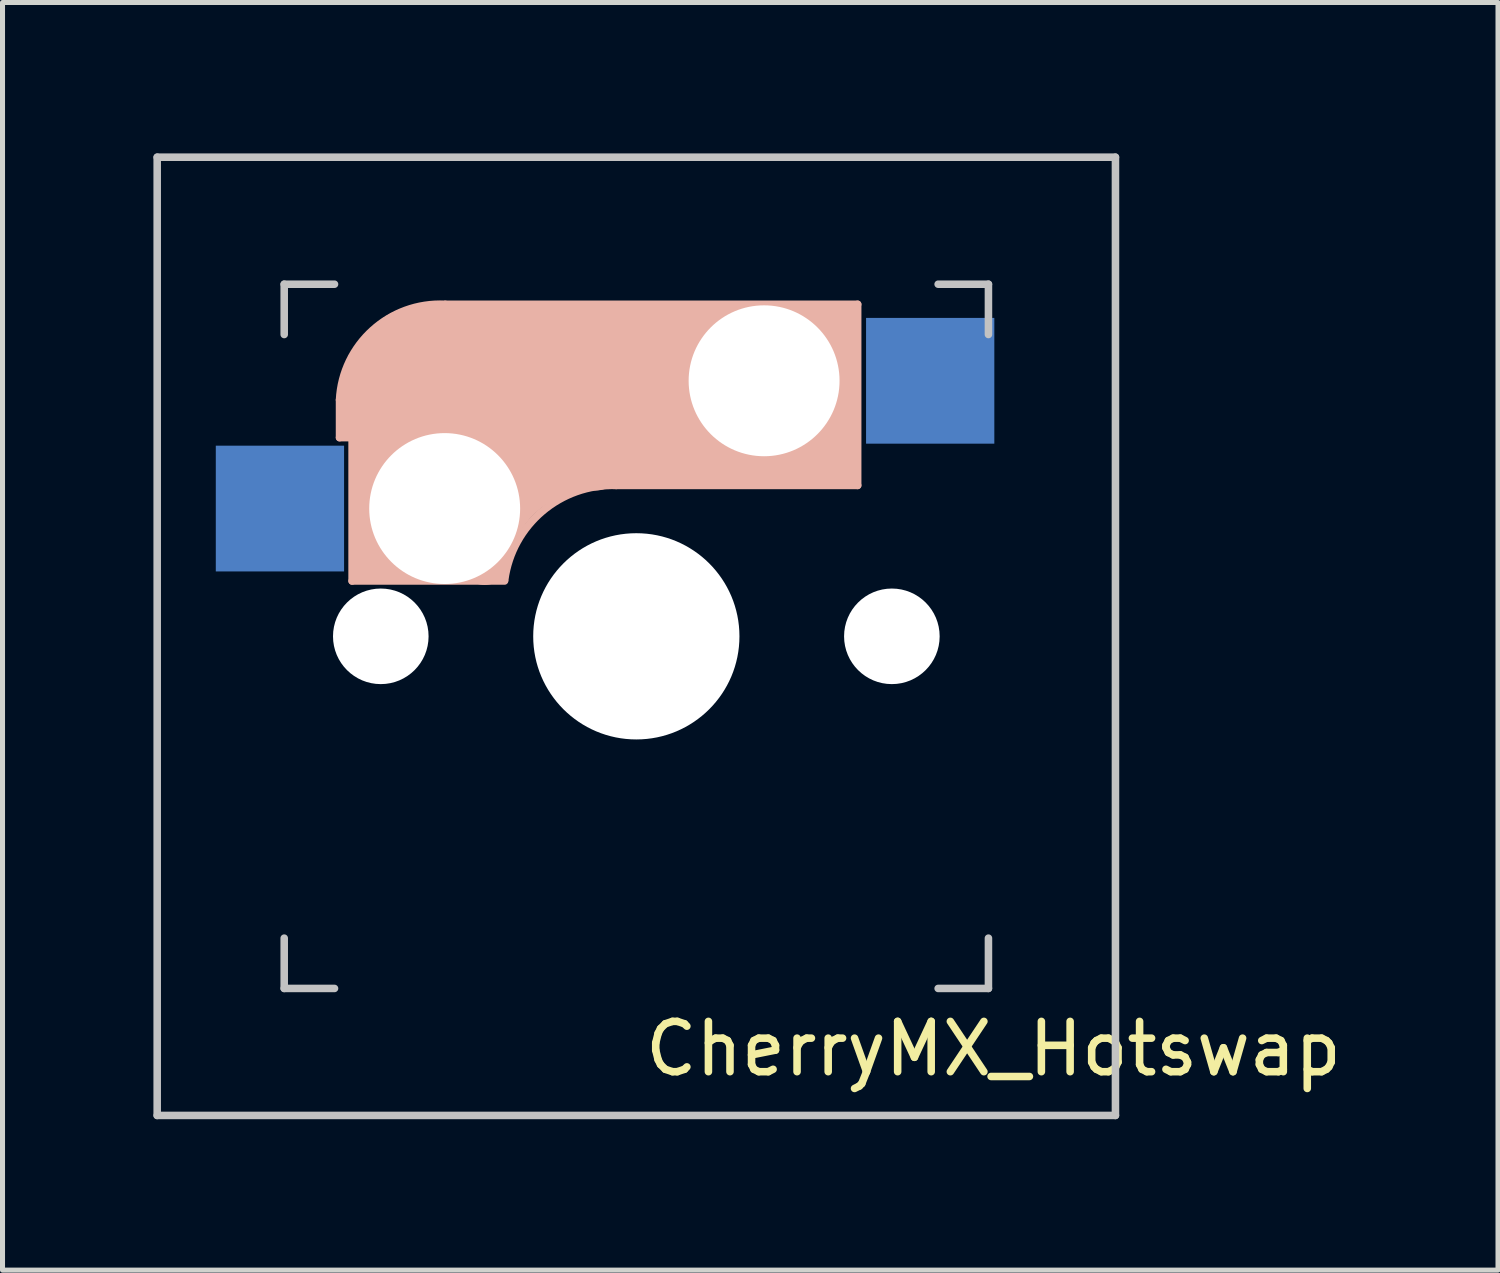
<source format=kicad_pcb>
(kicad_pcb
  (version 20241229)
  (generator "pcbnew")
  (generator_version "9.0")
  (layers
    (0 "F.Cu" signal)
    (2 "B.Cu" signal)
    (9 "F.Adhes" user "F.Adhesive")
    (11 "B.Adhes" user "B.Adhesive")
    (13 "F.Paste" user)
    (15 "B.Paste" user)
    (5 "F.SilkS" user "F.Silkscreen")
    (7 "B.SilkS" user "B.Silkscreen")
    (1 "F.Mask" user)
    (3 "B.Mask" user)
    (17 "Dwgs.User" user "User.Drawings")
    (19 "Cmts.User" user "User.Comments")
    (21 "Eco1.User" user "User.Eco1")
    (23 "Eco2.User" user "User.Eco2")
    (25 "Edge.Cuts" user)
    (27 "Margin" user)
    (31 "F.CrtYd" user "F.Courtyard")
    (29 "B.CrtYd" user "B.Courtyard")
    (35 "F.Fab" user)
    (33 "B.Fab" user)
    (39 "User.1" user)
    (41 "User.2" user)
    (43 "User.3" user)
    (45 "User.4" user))
  (footprint "CherryMX_Hotswap"
    (layer "F.Cu")
    (at 9.6 9.6)
    (property "Reference" "CherryMX_Hotswap" (at 7.1 8.2 0) (layer "F.SilkS") (effects (font (size 1 1) (thickness 0.15))))
    (attr through_hole)
    (fp_line (start -5.9 -4.7) (end -5.9 -3.95) (stroke (width 0.15) (type solid)) (layer "B.SilkS"))
    (fp_line (start -5.9 -3.95) (end -5.7 -3.95) (stroke (width 0.15) (type solid)) (layer "B.SilkS"))
    (fp_line (start -5.8 -4.05) (end -5.8 -4.7) (stroke (width 0.3) (type solid)) (layer "B.SilkS"))
    (fp_line (start -5.65 -5.55) (end -5.65 -1.1) (stroke (width 0.15) (type solid)) (layer "B.SilkS"))
    (fp_line (start -5.65 -1.1) (end -2.62 -1.1) (stroke (width 0.15) (type solid)) (layer "B.SilkS"))
    (fp_line (start -5.45 -1.3) (end -3 -1.3) (stroke (width 0.5) (type solid)) (layer "B.SilkS"))
    (fp_line (start -5.3 -1.6) (end -5.3 -3.4) (stroke (width 0.8) (type solid)) (layer "B.SilkS"))
    (fp_line (start -4.17 -5.1) (end -4.17 -2.86) (stroke (width 3) (type solid)) (layer "B.SilkS"))
    (fp_line (start -0.4 -3) (end 4.4 -3) (stroke (width 0.15) (type solid)) (layer "B.SilkS"))
    (fp_line (start 2.6 -4.8) (end -4.1 -4.8) (stroke (width 3.5) (type solid)) (layer "B.SilkS"))
    (fp_line (start 3.9 -6) (end 3.9 -3.5) (stroke (width 1) (type solid)) (layer "B.SilkS"))
    (fp_line (start 4.2 -3.25) (end 2.9 -3.3) (stroke (width 0.5) (type solid)) (layer "B.SilkS"))
    (fp_line (start 4.25 -6.4) (end 3 -6.4) (stroke (width 0.4) (type solid)) (layer "B.SilkS"))
    (fp_line (start 4.38 -4) (end 4.38 -6.25) (stroke (width 0.15) (type solid)) (layer "B.SilkS"))
    (fp_line (start 4.4 -6.6) (end -3.8 -6.6) (stroke (width 0.15) (type solid)) (layer "B.SilkS"))
    (fp_line (start 4.4 -3) (end 4.4 -6.6) (stroke (width 0.15) (type solid)) (layer "B.SilkS"))
    (fp_arc (start -5.9 -4.699999) (mid -5.243504 -6.084924) (end -3.800001 -6.6) (stroke (width 0.15) (type solid)) (layer "B.SilkS"))
    (fp_arc (start -3.016318 -1.521471) (mid -2.268709 -2.886118) (end -0.8 -3.4) (stroke (width 1) (type solid)) (layer "B.SilkS"))
    (fp_arc (start -2.616318 -1.121471) (mid -1.868709 -2.486118) (end -0.4 -3) (stroke (width 0.15) (type solid)) (layer "B.SilkS"))
    (fp_line (start -9.525 -9.525) (end 9.525 -9.525) (stroke (width 0.15) (type solid)) (layer "Dwgs.User"))
    (fp_line (start -9.525 9.525) (end -9.525 -9.525) (stroke (width 0.15) (type solid)) (layer "Dwgs.User"))
    (fp_line (start -7 -7) (end -6 -7) (stroke (width 0.15) (type solid)) (layer "Dwgs.User"))
    (fp_line (start -7 -6) (end -7 -7) (stroke (width 0.15) (type solid)) (layer "Dwgs.User"))
    (fp_line (start -7 6) (end -7 7) (stroke (width 0.15) (type solid)) (layer "Dwgs.User"))
    (fp_line (start -7 7) (end -6 7) (stroke (width 0.15) (type solid)) (layer "Dwgs.User"))
    (fp_line (start 6 7) (end 7 7) (stroke (width 0.15) (type solid)) (layer "Dwgs.User"))
    (fp_line (start 7 -7) (end 6 -7) (stroke (width 0.15) (type solid)) (layer "Dwgs.User"))
    (fp_line (start 7 -7) (end 7 -6) (stroke (width 0.15) (type solid)) (layer "Dwgs.User"))
    (fp_line (start 7 7) (end 7 6) (stroke (width 0.15) (type solid)) (layer "Dwgs.User"))
    (fp_line (start 9.525 -9.525) (end 9.525 9.525) (stroke (width 0.15) (type solid)) (layer "Dwgs.User"))
    (fp_line (start 9.525 9.525) (end -9.525 9.525) (stroke (width 0.15) (type solid)) (layer "Dwgs.User"))
    (pad "" np_thru_hole circle (at -5.08 0) (size 1.9 1.9) (drill 1.9) (layers "*.Cu" "*.Mask"))
    (pad "" np_thru_hole circle (at -3.81 -2.54) (size 3 3) (drill 3) (layers "*.Cu" "*.Mask"))
    (pad "" np_thru_hole circle (at 0 0 90) (size 4.1 4.1) (drill 4.1) (layers "*.Cu" "*.Mask"))
    (pad "" np_thru_hole circle (at 2.54 -5.08) (size 3 3) (drill 3) (layers "*.Cu" "*.Mask"))
    (pad "" np_thru_hole circle (at 5.08 0) (size 1.9 1.9) (drill 1.9) (layers "*.Cu" "*.Mask"))
    (pad "1" smd rect (at -7.085 -2.54 180) (size 2.55 2.5) (layers "B.Cu" "B.Mask" "B.Paste"))
    (pad "2" smd rect (at 5.842 -5.08 180) (size 2.55 2.5) (layers "B.Cu" "B.Mask" "B.Paste")))
  (gr_rect
    (start -3 -3)
    (end 26.73 22.2)
    (stroke (width 0.1) (type default))
    (fill no)
    (layer "Edge.Cuts")))
</source>
